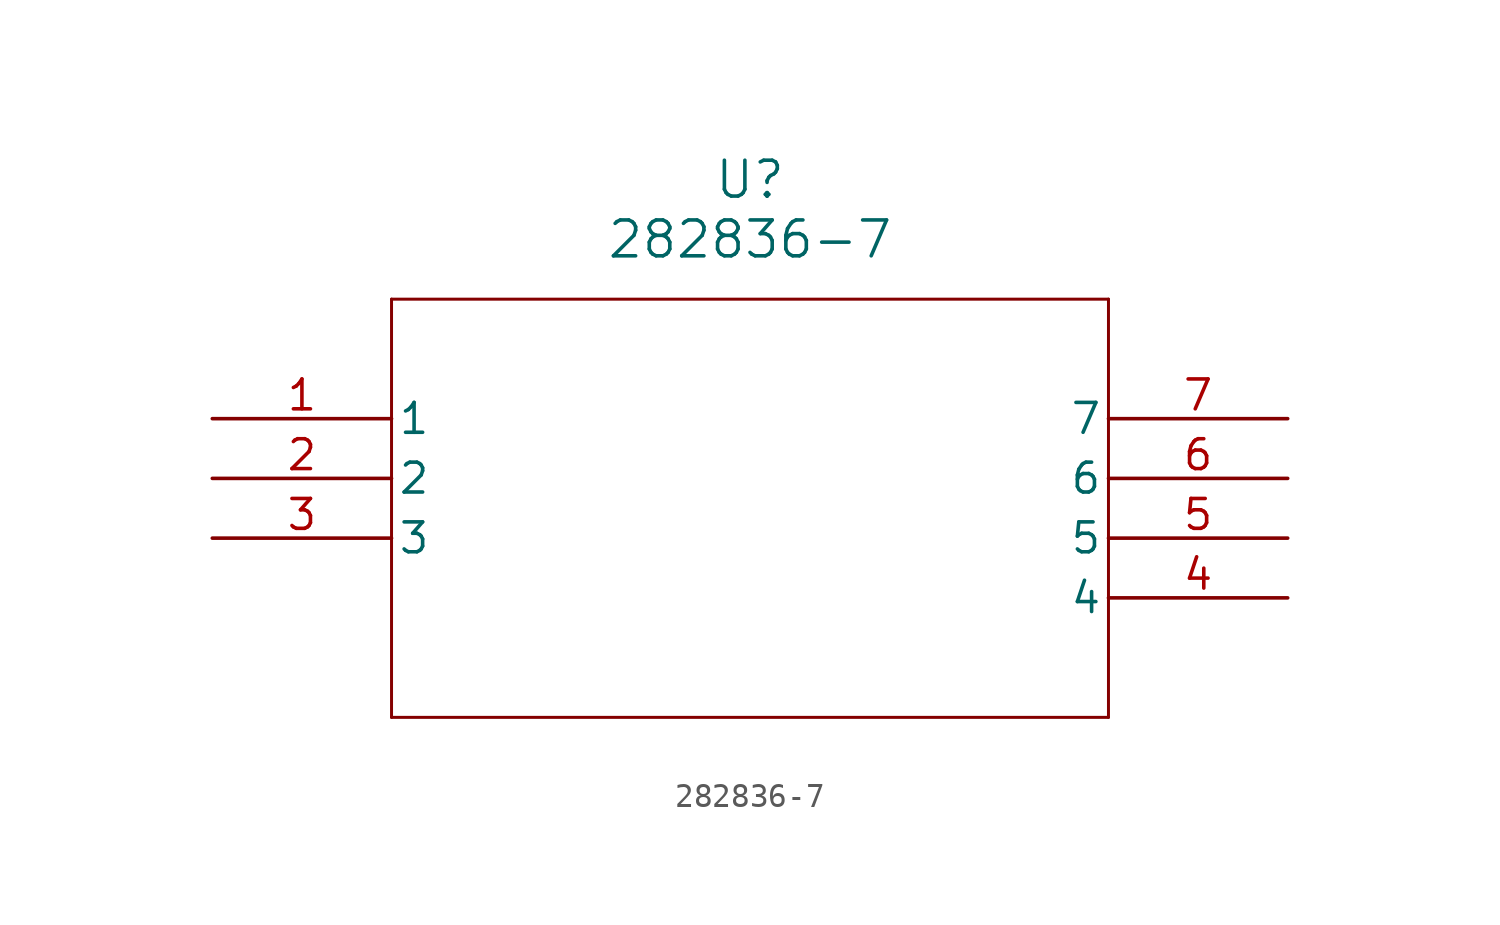
<source format=kicad_sym>
(kicad_symbol_lib
  (version 20211014)
  (generator kicad_symbol_editor)
  (symbol "282836-7"
    (pin_names
      (offset 0.254))
    (property "Reference" "U"
      (at 22.86 10.16 0)
      (effects (font (size 1.524 1.524))))
    (property "Value" "282836-7"
      (at 22.86 7.62 0)
      (effects (font (size 1.524 1.524))))
    (symbol "282836-7_0_1"
      (polyline (pts (xy 7.62 5.08) (xy 7.62 -12.7)) (stroke (width 0.127) (type default) (color 0 0 0 0)) (fill (type none)))
      (polyline (pts (xy 7.62 -12.7) (xy 38.1 -12.7)) (stroke (width 0.127) (type default) (color 0 0 0 0)) (fill (type none)))
      (polyline (pts (xy 38.1 -12.7) (xy 38.1 5.08)) (stroke (width 0.127) (type default) (color 0 0 0 0)) (fill (type none)))
      (polyline (pts (xy 38.1 5.08) (xy 7.62 5.08)) (stroke (width 0.127) (type default) (color 0 0 0 0)) (fill (type none)))
      (pin unspecified line (at 0 0 0) (length 7.62) (name "1" (effects (font (size 1.27 1.27)))) (number "1" (effects (font (size 1.27 1.27)))))
      (pin unspecified line (at 0 -2.54 0) (length 7.62) (name "2" (effects (font (size 1.27 1.27)))) (number "2" (effects (font (size 1.27 1.27)))))
      (pin unspecified line (at 0 -5.08 0) (length 7.62) (name "3" (effects (font (size 1.27 1.27)))) (number "3" (effects (font (size 1.27 1.27)))))
      (pin unspecified line (at 45.72 -7.62 180) (length 7.62) (name "4" (effects (font (size 1.27 1.27)))) (number "4" (effects (font (size 1.27 1.27)))))
      (pin unspecified line (at 45.72 -5.08 180) (length 7.62) (name "5" (effects (font (size 1.27 1.27)))) (number "5" (effects (font (size 1.27 1.27)))))
      (pin unspecified line (at 45.72 -2.54 180) (length 7.62) (name "6" (effects (font (size 1.27 1.27)))) (number "6" (effects (font (size 1.27 1.27)))))
      (pin unspecified line (at 45.72 0 180) (length 7.62) (name "7" (effects (font (size 1.27 1.27)))) (number "7" (effects (font (size 1.27 1.27))))))))
</source>
